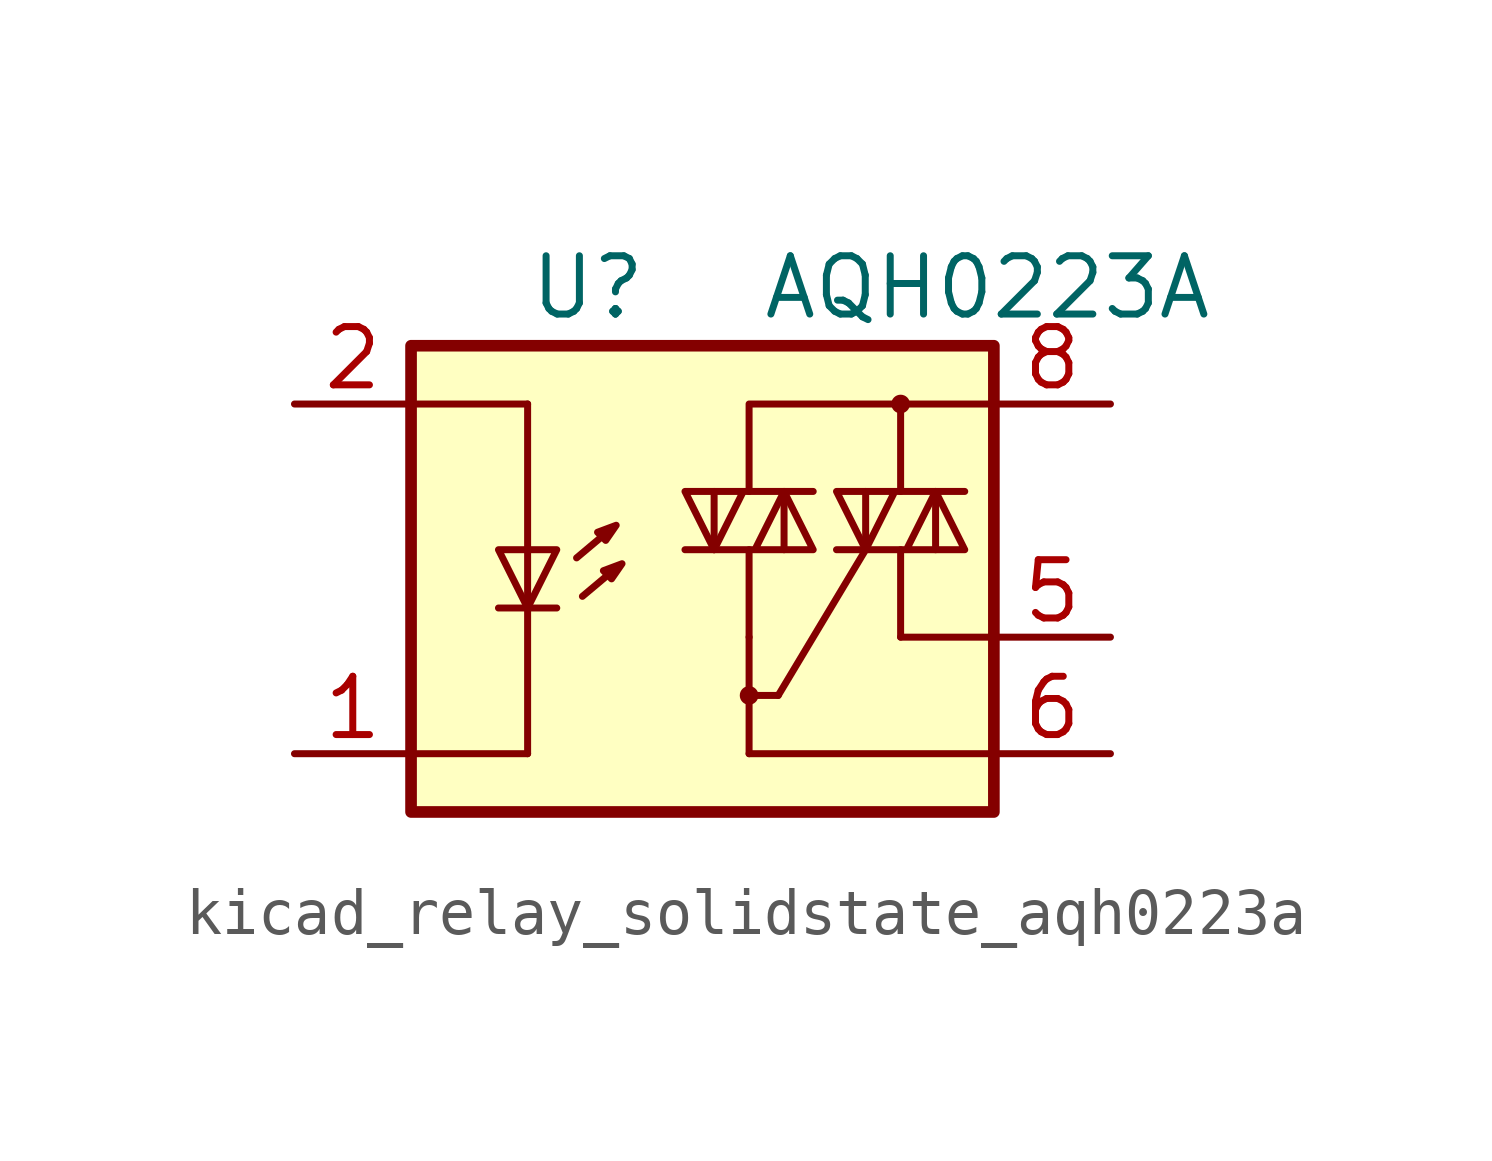
<source format=kicad_sym>
(kicad_symbol_lib
  (version 20220914)
  (generator kicad_symbol_editor)
  (symbol "kicad_relay_solidstate_aqh0223a"
    (property "Reference" "U"
      (at -5.08 5.08 0)
      (effects (font (size 1.27 1.27)) (justify left)))
    (property "Value" "AQH0223A"
      (at 0 5.08 0)
      (effects (font (size 1.27 1.27)) (justify left)))
    (symbol "kicad_relay_solidstate_aqh0223a_1_1"
      (rectangle (start -7.62 3.81) (end 5.08 -6.35) (stroke (width 0.254) (type default)) (fill (type background)))
      (circle (center -0.254 -3.81) (radius 0.127) (stroke (width 0) (type default)) (fill (type none)))
      (polyline (pts (xy -5.715 -1.905) (xy -4.445 -1.905)) (stroke (width 0) (type default)) (fill (type none)))
      (polyline (pts (xy -5.08 -5.08) (xy -7.62 -5.08)) (stroke (width 0) (type default)) (fill (type none)))
      (polyline (pts (xy -5.08 -1.905) (xy -5.08 -5.08)) (stroke (width 0) (type default)) (fill (type none)))
      (polyline (pts (xy -5.08 -0.635) (xy -5.08 -1.905)) (stroke (width 0) (type default)) (fill (type none)))
      (polyline (pts (xy -5.08 -0.635) (xy -5.08 2.54)) (stroke (width 0) (type default)) (fill (type none)))
      (polyline (pts (xy -5.08 2.54) (xy -7.493 2.54)) (stroke (width 0) (type default)) (fill (type none)))
      (polyline (pts (xy -3.378 -0.279) (xy -4.013 -0.813)) (stroke (width 0) (type default)) (fill (type none)))
      (polyline (pts (xy -3.251 -1.118) (xy -3.886 -1.651)) (stroke (width 0) (type default)) (fill (type none)))
      (polyline (pts (xy -1.016 -0.635) (xy -1.016 0.635)) (stroke (width 0) (type default)) (fill (type none)))
      (polyline (pts (xy -0.254 -3.81) (xy 0.381 -3.81)) (stroke (width 0) (type default)) (fill (type none)))
      (polyline (pts (xy -0.254 -2.54) (xy -0.254 -5.08)) (stroke (width 0) (type default)) (fill (type none)))
      (polyline (pts (xy -0.254 -2.54) (xy -0.254 -0.635)) (stroke (width 0) (type default)) (fill (type none)))
      (polyline (pts (xy 0.381 -3.81) (xy 2.286 -0.635)) (stroke (width 0) (type default)) (fill (type none)))
      (polyline (pts (xy 0.508 0.635) (xy 0.508 -0.635)) (stroke (width 0) (type default)) (fill (type none)))
      (polyline (pts (xy 2.286 -0.635) (xy 2.286 0.635)) (stroke (width 0) (type default)) (fill (type none)))
      (polyline (pts (xy 3.048 -2.54) (xy 5.08 -2.54)) (stroke (width 0) (type default)) (fill (type none)))
      (polyline (pts (xy 3.048 -0.635) (xy 3.048 -2.54)) (stroke (width 0) (type default)) (fill (type none)))
      (polyline (pts (xy 3.048 2.54) (xy 3.048 0.635)) (stroke (width 0) (type default)) (fill (type none)))
      (polyline (pts (xy 3.81 0.635) (xy 3.81 -0.635)) (stroke (width 0) (type default)) (fill (type none)))
      (polyline (pts (xy 5.08 -5.08) (xy -0.254 -5.08)) (stroke (width 0) (type default)) (fill (type none)))
      (polyline (pts (xy 5.08 2.54) (xy 3.048 2.54)) (stroke (width 0) (type default)) (fill (type none)))
      (polyline (pts (xy 3.048 2.54) (xy -0.254 2.54) (xy -0.254 0.635)) (stroke (width 0) (type default)) (fill (type none)))
      (polyline (pts (xy -5.08 -1.905) (xy -5.715 -0.635) (xy -4.445 -0.635) (xy -5.08 -1.905)) (stroke (width 0) (type default)) (fill (type none)))
      (polyline (pts (xy -3.556 -0.254) (xy -3.378 -0.432) (xy -3.15 -0.102) (xy -3.556 -0.254)) (stroke (width 0) (type default)) (fill (type none)))
      (polyline (pts (xy -3.429 -1.092) (xy -3.251 -1.27) (xy -3.023 -0.94) (xy -3.429 -1.092)) (stroke (width 0) (type default)) (fill (type none)))
      (polyline (pts (xy -1.651 -0.635) (xy 1.143 -0.635) (xy 0.508 0.635) (xy -0.127 -0.635)) (stroke (width 0) (type default)) (fill (type none)))
      (polyline (pts (xy 1.143 0.635) (xy -1.651 0.635) (xy -1.016 -0.635) (xy -0.381 0.635)) (stroke (width 0) (type default)) (fill (type none)))
      (polyline (pts (xy 1.651 -0.635) (xy 4.445 -0.635) (xy 3.81 0.635) (xy 3.175 -0.635)) (stroke (width 0) (type default)) (fill (type none)))
      (polyline (pts (xy 4.445 0.635) (xy 1.651 0.635) (xy 2.286 -0.635) (xy 2.921 0.635)) (stroke (width 0) (type default)) (fill (type none)))
      (circle (center 3.048 2.54) (radius 0.127) (stroke (width 0) (type default)) (fill (type none)))
      (pin passive line (at -10.16 -5.08 0) (length 2.54) (name "~" (effects (font (size 1.27 1.27)))) (number "1" (effects (font (size 1.27 1.27)))))
      (pin passive line (at -10.16 2.54 0) (length 2.54) (name "~" (effects (font (size 1.27 1.27)))) (number "2" (effects (font (size 1.27 1.27)))))
      (pin passive line (at -10.16 -5.08 0) (length 2.54) hide (name "~" (effects (font (size 1.27 1.27)))) (number "3" (effects (font (size 1.27 1.27)))))
      (pin passive line (at -10.16 -5.08 0) (length 2.54) hide (name "~" (effects (font (size 1.27 1.27)))) (number "4" (effects (font (size 1.27 1.27)))))
      (pin passive line (at 7.62 -2.54 180) (length 2.54) (name "~" (effects (font (size 1.27 1.27)))) (number "5" (effects (font (size 1.27 1.27)))))
      (pin passive line (at 7.62 -5.08 180) (length 2.54) (name "~" (effects (font (size 1.27 1.27)))) (number "6" (effects (font (size 1.27 1.27)))))
      (pin passive line (at 7.62 2.54 180) (length 2.54) (name "~" (effects (font (size 1.27 1.27)))) (number "8" (effects (font (size 1.27 1.27))))))))
</source>
